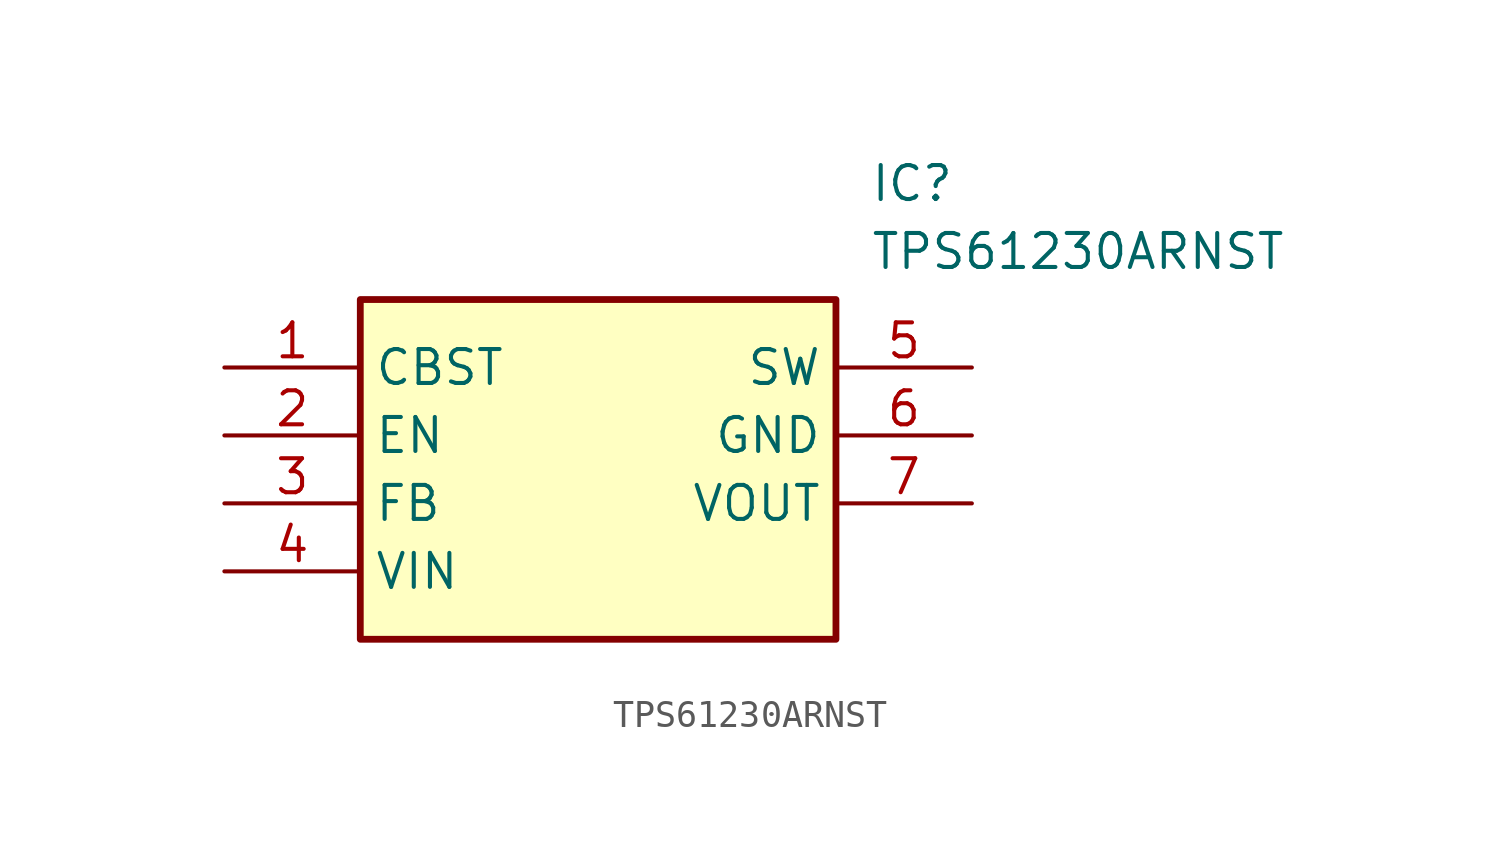
<source format=kicad_sym>
(kicad_symbol_lib
  (version 20241209)
  (generator "kicad_symbol_editor")
  (generator_version "9.0")
  (symbol "TPS61230ARNST"
    (property "Reference" "IC"
      (at 24.13 7.62 0)
      (effects (font (size 1.27 1.27)) (justify left top)))
    (property "Value" "TPS61230ARNST"
      (at 24.13 5.08 0)
      (effects (font (size 1.27 1.27)) (justify left top)))
    (symbol "TPS61230ARNST_1_1"
      (rectangle (start 5.08 2.54) (end 22.86 -10.16) (stroke (width 0.254) (type default)) (fill (type background)))
      (pin passive line (at 0 0 0) (length 5.08) (name "CBST" (effects (font (size 1.27 1.27)))) (number "1" (effects (font (size 1.27 1.27)))))
      (pin passive line (at 0 -2.54 0) (length 5.08) (name "EN" (effects (font (size 1.27 1.27)))) (number "2" (effects (font (size 1.27 1.27)))))
      (pin passive line (at 0 -5.08 0) (length 5.08) (name "FB" (effects (font (size 1.27 1.27)))) (number "3" (effects (font (size 1.27 1.27)))))
      (pin passive line (at 0 -7.62 0) (length 5.08) (name "VIN" (effects (font (size 1.27 1.27)))) (number "4" (effects (font (size 1.27 1.27)))))
      (pin passive line (at 27.94 0 180) (length 5.08) (name "SW" (effects (font (size 1.27 1.27)))) (number "5" (effects (font (size 1.27 1.27)))))
      (pin passive line (at 27.94 -2.54 180) (length 5.08) (name "GND" (effects (font (size 1.27 1.27)))) (number "6" (effects (font (size 1.27 1.27)))))
      (pin passive line (at 27.94 -5.08 180) (length 5.08) (name "VOUT" (effects (font (size 1.27 1.27)))) (number "7" (effects (font (size 1.27 1.27))))))))
</source>
